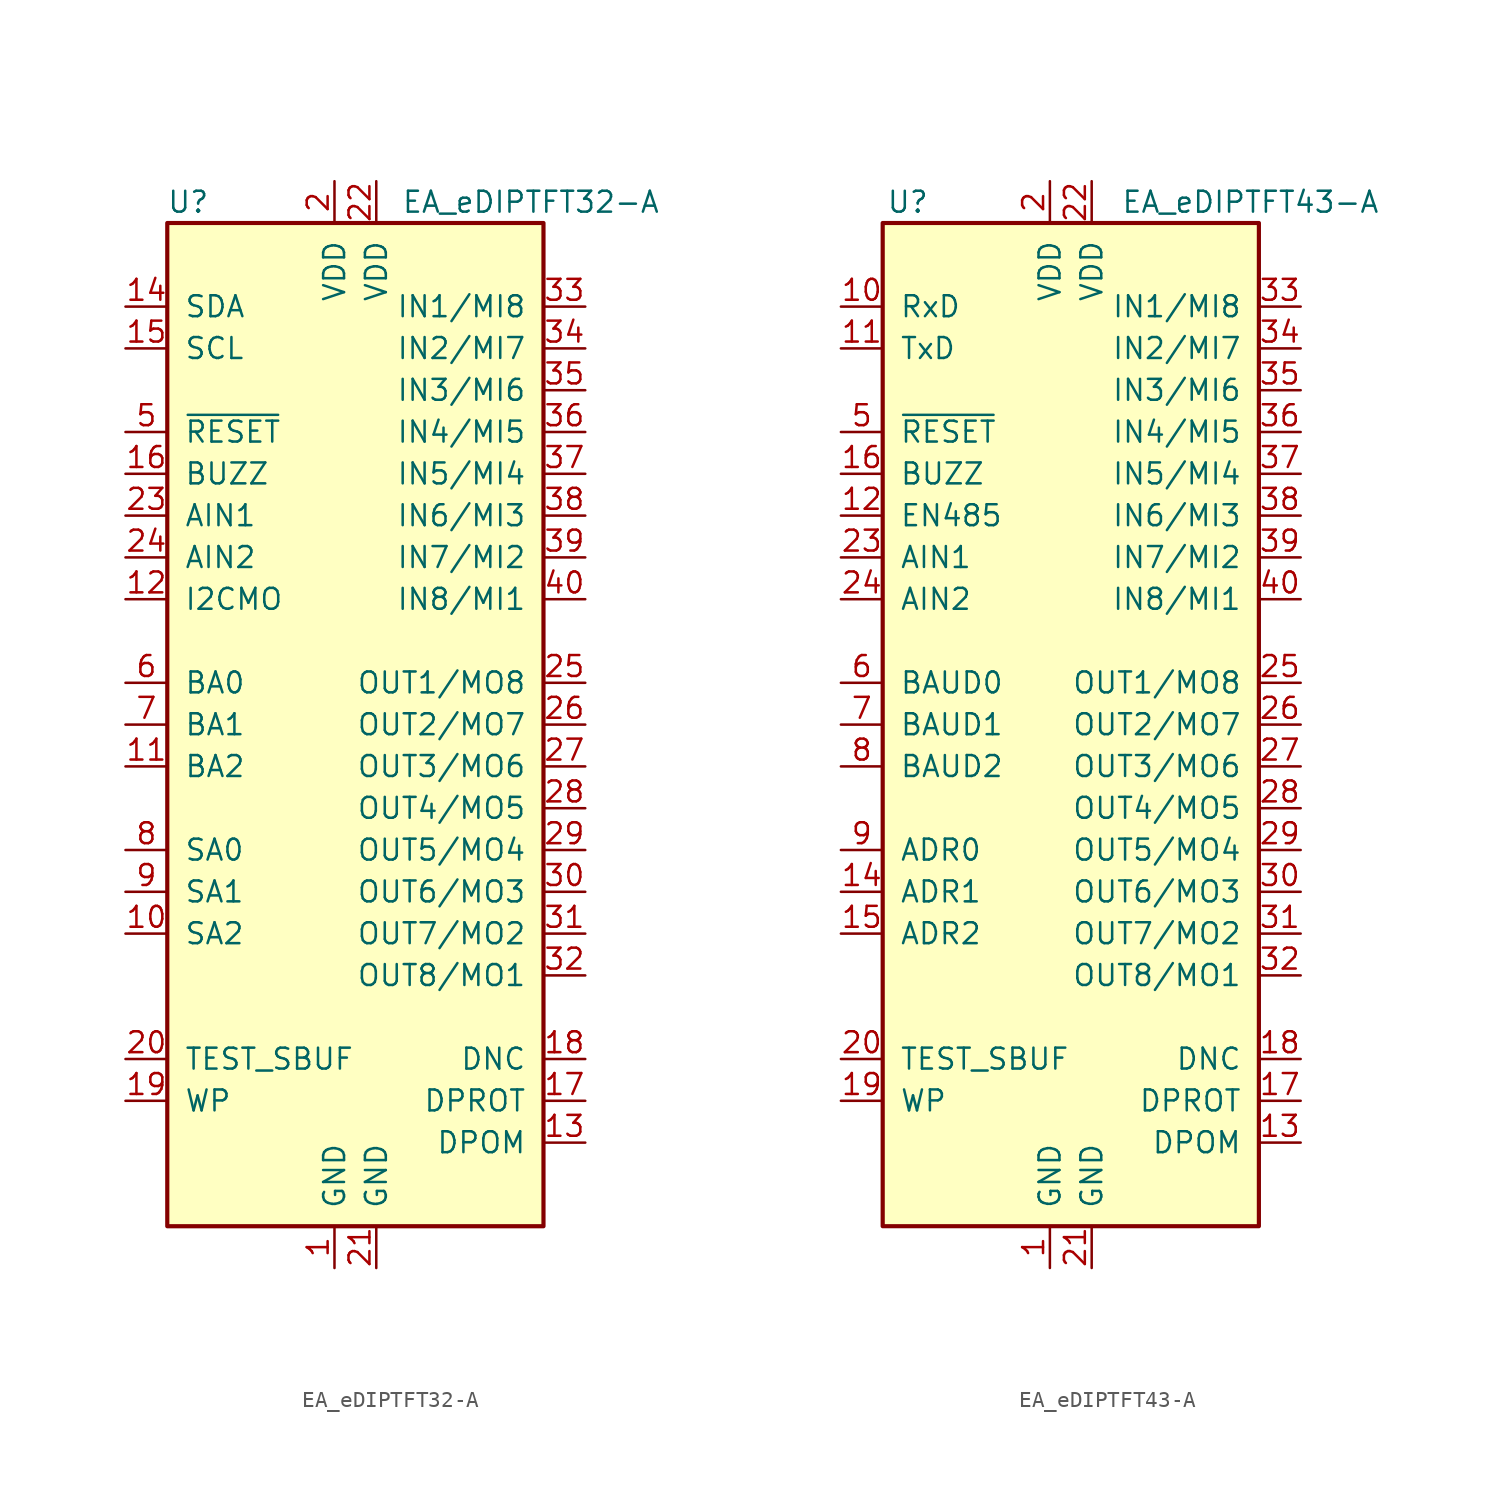
<source format=kicad_sym>
(kicad_symbol_lib
  (version 20241209)
  (generator "kicad_symbol_editor")
  (generator_version "9.0")
  (symbol "EA_eDIPTFT32-A"
    (pin_names
      (offset 1.016))
    (property "Reference" "U"
      (at -11.43 31.75 0)
      (effects (font (size 1.27 1.27))))
    (property "Value" "EA_eDIPTFT32-A"
      (at 1.524 31.75 0)
      (effects (font (size 1.27 1.27)) (justify left)))
    (symbol "EA_eDIPTFT32-A_0_1"
      (rectangle (start -12.7 30.48) (end 10.16 -30.48) (stroke (width 0.254) (type default)) (fill (type background))))
    (symbol "EA_eDIPTFT32-A_1_1"
      (pin bidirectional line (at -15.24 25.4 0) (length 2.54) (name "SDA" (effects (font (size 1.27 1.27)))) (number "14" (effects (font (size 1.27 1.27)))))
      (pin input line (at -15.24 22.86 0) (length 2.54) (name "SCL" (effects (font (size 1.27 1.27)))) (number "15" (effects (font (size 1.27 1.27)))))
      (pin input line (at -15.24 17.78 0) (length 2.54) (name "~{RESET}" (effects (font (size 1.27 1.27)))) (number "5" (effects (font (size 1.27 1.27)))))
      (pin output line (at -15.24 15.24 0) (length 2.54) (name "BUZZ" (effects (font (size 1.27 1.27)))) (number "16" (effects (font (size 1.27 1.27)))))
      (pin input line (at -15.24 12.7 0) (length 2.54) (name "AIN1" (effects (font (size 1.27 1.27)))) (number "23" (effects (font (size 1.27 1.27)))))
      (pin input line (at -15.24 10.16 0) (length 2.54) (name "AIN2" (effects (font (size 1.27 1.27)))) (number "24" (effects (font (size 1.27 1.27)))))
      (pin input line (at -15.24 7.62 0) (length 2.54) (name "I2CMO" (effects (font (size 1.27 1.27)))) (number "12" (effects (font (size 1.27 1.27)))))
      (pin input line (at -15.24 2.54 0) (length 2.54) (name "BA0" (effects (font (size 1.27 1.27)))) (number "6" (effects (font (size 1.27 1.27)))))
      (pin input line (at -15.24 0 0) (length 2.54) (name "BA1" (effects (font (size 1.27 1.27)))) (number "7" (effects (font (size 1.27 1.27)))))
      (pin input line (at -15.24 -2.54 0) (length 2.54) (name "BA2" (effects (font (size 1.27 1.27)))) (number "11" (effects (font (size 1.27 1.27)))))
      (pin input line (at -15.24 -7.62 0) (length 2.54) (name "SA0" (effects (font (size 1.27 1.27)))) (number "8" (effects (font (size 1.27 1.27)))))
      (pin input line (at -15.24 -10.16 0) (length 2.54) (name "SA1" (effects (font (size 1.27 1.27)))) (number "9" (effects (font (size 1.27 1.27)))))
      (pin input line (at -15.24 -12.7 0) (length 2.54) (name "SA2" (effects (font (size 1.27 1.27)))) (number "10" (effects (font (size 1.27 1.27)))))
      (pin bidirectional line (at -15.24 -20.32 0) (length 2.54) (name "TEST_SBUF" (effects (font (size 1.27 1.27)))) (number "20" (effects (font (size 1.27 1.27)))))
      (pin input line (at -15.24 -22.86 0) (length 2.54) (name "WP" (effects (font (size 1.27 1.27)))) (number "19" (effects (font (size 1.27 1.27)))))
      (pin no_connect line (at -12.7 -27.94 0) (length 2.54) (hide yes) (name "NC" (effects (font (size 1.27 1.27)))) (number "4" (effects (font (size 1.27 1.27)))))
      (pin power_in line (at -2.54 33.02 270) (length 2.54) (name "VDD" (effects (font (size 1.27 1.27)))) (number "2" (effects (font (size 1.27 1.27)))))
      (pin power_in line (at -2.54 -33.02 90) (length 2.54) (name "GND" (effects (font (size 1.27 1.27)))) (number "1" (effects (font (size 1.27 1.27)))))
      (pin power_in line (at 0 33.02 270) (length 2.54) (name "VDD" (effects (font (size 1.27 1.27)))) (number "22" (effects (font (size 1.27 1.27)))))
      (pin power_in line (at 0 -33.02 90) (length 2.54) (name "GND" (effects (font (size 1.27 1.27)))) (number "21" (effects (font (size 1.27 1.27)))))
      (pin no_connect line (at 10.16 -27.94 180) (length 2.54) (hide yes) (name "NC" (effects (font (size 1.27 1.27)))) (number "3" (effects (font (size 1.27 1.27)))))
      (pin input line (at 12.7 25.4 180) (length 2.54) (name "IN1/MI8" (effects (font (size 1.27 1.27)))) (number "33" (effects (font (size 1.27 1.27)))))
      (pin input line (at 12.7 22.86 180) (length 2.54) (name "IN2/MI7" (effects (font (size 1.27 1.27)))) (number "34" (effects (font (size 1.27 1.27)))))
      (pin input line (at 12.7 20.32 180) (length 2.54) (name "IN3/MI6" (effects (font (size 1.27 1.27)))) (number "35" (effects (font (size 1.27 1.27)))))
      (pin input line (at 12.7 17.78 180) (length 2.54) (name "IN4/MI5" (effects (font (size 1.27 1.27)))) (number "36" (effects (font (size 1.27 1.27)))))
      (pin input line (at 12.7 15.24 180) (length 2.54) (name "IN5/MI4" (effects (font (size 1.27 1.27)))) (number "37" (effects (font (size 1.27 1.27)))))
      (pin input line (at 12.7 12.7 180) (length 2.54) (name "IN6/MI3" (effects (font (size 1.27 1.27)))) (number "38" (effects (font (size 1.27 1.27)))))
      (pin input line (at 12.7 10.16 180) (length 2.54) (name "IN7/MI2" (effects (font (size 1.27 1.27)))) (number "39" (effects (font (size 1.27 1.27)))))
      (pin input line (at 12.7 7.62 180) (length 2.54) (name "IN8/MI1" (effects (font (size 1.27 1.27)))) (number "40" (effects (font (size 1.27 1.27)))))
      (pin output line (at 12.7 2.54 180) (length 2.54) (name "OUT1/MO8" (effects (font (size 1.27 1.27)))) (number "25" (effects (font (size 1.27 1.27)))))
      (pin output line (at 12.7 0 180) (length 2.54) (name "OUT2/MO7" (effects (font (size 1.27 1.27)))) (number "26" (effects (font (size 1.27 1.27)))))
      (pin output line (at 12.7 -2.54 180) (length 2.54) (name "OUT3/MO6" (effects (font (size 1.27 1.27)))) (number "27" (effects (font (size 1.27 1.27)))))
      (pin output line (at 12.7 -5.08 180) (length 2.54) (name "OUT4/MO5" (effects (font (size 1.27 1.27)))) (number "28" (effects (font (size 1.27 1.27)))))
      (pin output line (at 12.7 -7.62 180) (length 2.54) (name "OUT5/MO4" (effects (font (size 1.27 1.27)))) (number "29" (effects (font (size 1.27 1.27)))))
      (pin output line (at 12.7 -10.16 180) (length 2.54) (name "OUT6/MO3" (effects (font (size 1.27 1.27)))) (number "30" (effects (font (size 1.27 1.27)))))
      (pin output line (at 12.7 -12.7 180) (length 2.54) (name "OUT7/MO2" (effects (font (size 1.27 1.27)))) (number "31" (effects (font (size 1.27 1.27)))))
      (pin output line (at 12.7 -15.24 180) (length 2.54) (name "OUT8/MO1" (effects (font (size 1.27 1.27)))) (number "32" (effects (font (size 1.27 1.27)))))
      (pin output line (at 12.7 -20.32 180) (length 2.54) (name "DNC" (effects (font (size 1.27 1.27)))) (number "18" (effects (font (size 1.27 1.27)))))
      (pin input line (at 12.7 -22.86 180) (length 2.54) (name "DPROT" (effects (font (size 1.27 1.27)))) (number "17" (effects (font (size 1.27 1.27)))))
      (pin input line (at 12.7 -25.4 180) (length 2.54) (name "DPOM" (effects (font (size 1.27 1.27)))) (number "13" (effects (font (size 1.27 1.27)))))))
  (symbol "EA_eDIPTFT43-A"
    (pin_names
      (offset 1.016))
    (property "Reference" "U"
      (at -11.176 31.75 0)
      (effects (font (size 1.27 1.27))))
    (property "Value" "EA_eDIPTFT43-A"
      (at 1.778 31.75 0)
      (effects (font (size 1.27 1.27)) (justify left)))
    (symbol "EA_eDIPTFT43-A_0_1"
      (rectangle (start -12.7 30.48) (end 10.16 -30.48) (stroke (width 0.254) (type default)) (fill (type background))))
    (symbol "EA_eDIPTFT43-A_1_1"
      (pin input line (at -15.24 25.4 0) (length 2.54) (name "RxD" (effects (font (size 1.27 1.27)))) (number "10" (effects (font (size 1.27 1.27)))))
      (pin output line (at -15.24 22.86 0) (length 2.54) (name "TxD" (effects (font (size 1.27 1.27)))) (number "11" (effects (font (size 1.27 1.27)))))
      (pin input line (at -15.24 17.78 0) (length 2.54) (name "~{RESET}" (effects (font (size 1.27 1.27)))) (number "5" (effects (font (size 1.27 1.27)))))
      (pin output line (at -15.24 15.24 0) (length 2.54) (name "BUZZ" (effects (font (size 1.27 1.27)))) (number "16" (effects (font (size 1.27 1.27)))))
      (pin output line (at -15.24 12.7 0) (length 2.54) (name "EN485" (effects (font (size 1.27 1.27)))) (number "12" (effects (font (size 1.27 1.27)))))
      (pin input line (at -15.24 10.16 0) (length 2.54) (name "AIN1" (effects (font (size 1.27 1.27)))) (number "23" (effects (font (size 1.27 1.27)))))
      (pin input line (at -15.24 7.62 0) (length 2.54) (name "AIN2" (effects (font (size 1.27 1.27)))) (number "24" (effects (font (size 1.27 1.27)))))
      (pin input line (at -15.24 2.54 0) (length 2.54) (name "BAUD0" (effects (font (size 1.27 1.27)))) (number "6" (effects (font (size 1.27 1.27)))))
      (pin input line (at -15.24 0 0) (length 2.54) (name "BAUD1" (effects (font (size 1.27 1.27)))) (number "7" (effects (font (size 1.27 1.27)))))
      (pin input line (at -15.24 -2.54 0) (length 2.54) (name "BAUD2" (effects (font (size 1.27 1.27)))) (number "8" (effects (font (size 1.27 1.27)))))
      (pin input line (at -15.24 -7.62 0) (length 2.54) (name "ADR0" (effects (font (size 1.27 1.27)))) (number "9" (effects (font (size 1.27 1.27)))))
      (pin input line (at -15.24 -10.16 0) (length 2.54) (name "ADR1" (effects (font (size 1.27 1.27)))) (number "14" (effects (font (size 1.27 1.27)))))
      (pin input line (at -15.24 -12.7 0) (length 2.54) (name "ADR2" (effects (font (size 1.27 1.27)))) (number "15" (effects (font (size 1.27 1.27)))))
      (pin bidirectional line (at -15.24 -20.32 0) (length 2.54) (name "TEST_SBUF" (effects (font (size 1.27 1.27)))) (number "20" (effects (font (size 1.27 1.27)))))
      (pin input line (at -15.24 -22.86 0) (length 2.54) (name "WP" (effects (font (size 1.27 1.27)))) (number "19" (effects (font (size 1.27 1.27)))))
      (pin no_connect line (at -12.7 -27.94 0) (length 2.54) (hide yes) (name "NC" (effects (font (size 1.27 1.27)))) (number "4" (effects (font (size 1.27 1.27)))))
      (pin power_in line (at -2.54 33.02 270) (length 2.54) (name "VDD" (effects (font (size 1.27 1.27)))) (number "2" (effects (font (size 1.27 1.27)))))
      (pin power_in line (at -2.54 -33.02 90) (length 2.54) (name "GND" (effects (font (size 1.27 1.27)))) (number "1" (effects (font (size 1.27 1.27)))))
      (pin power_in line (at 0 33.02 270) (length 2.54) (name "VDD" (effects (font (size 1.27 1.27)))) (number "22" (effects (font (size 1.27 1.27)))))
      (pin power_in line (at 0 -33.02 90) (length 2.54) (name "GND" (effects (font (size 1.27 1.27)))) (number "21" (effects (font (size 1.27 1.27)))))
      (pin no_connect line (at 10.16 -27.94 180) (length 2.54) (hide yes) (name "NC" (effects (font (size 1.27 1.27)))) (number "3" (effects (font (size 1.27 1.27)))))
      (pin input line (at 12.7 25.4 180) (length 2.54) (name "IN1/MI8" (effects (font (size 1.27 1.27)))) (number "33" (effects (font (size 1.27 1.27)))))
      (pin input line (at 12.7 22.86 180) (length 2.54) (name "IN2/MI7" (effects (font (size 1.27 1.27)))) (number "34" (effects (font (size 1.27 1.27)))))
      (pin input line (at 12.7 20.32 180) (length 2.54) (name "IN3/MI6" (effects (font (size 1.27 1.27)))) (number "35" (effects (font (size 1.27 1.27)))))
      (pin input line (at 12.7 17.78 180) (length 2.54) (name "IN4/MI5" (effects (font (size 1.27 1.27)))) (number "36" (effects (font (size 1.27 1.27)))))
      (pin input line (at 12.7 15.24 180) (length 2.54) (name "IN5/MI4" (effects (font (size 1.27 1.27)))) (number "37" (effects (font (size 1.27 1.27)))))
      (pin input line (at 12.7 12.7 180) (length 2.54) (name "IN6/MI3" (effects (font (size 1.27 1.27)))) (number "38" (effects (font (size 1.27 1.27)))))
      (pin input line (at 12.7 10.16 180) (length 2.54) (name "IN7/MI2" (effects (font (size 1.27 1.27)))) (number "39" (effects (font (size 1.27 1.27)))))
      (pin input line (at 12.7 7.62 180) (length 2.54) (name "IN8/MI1" (effects (font (size 1.27 1.27)))) (number "40" (effects (font (size 1.27 1.27)))))
      (pin output line (at 12.7 2.54 180) (length 2.54) (name "OUT1/MO8" (effects (font (size 1.27 1.27)))) (number "25" (effects (font (size 1.27 1.27)))))
      (pin output line (at 12.7 0 180) (length 2.54) (name "OUT2/MO7" (effects (font (size 1.27 1.27)))) (number "26" (effects (font (size 1.27 1.27)))))
      (pin output line (at 12.7 -2.54 180) (length 2.54) (name "OUT3/MO6" (effects (font (size 1.27 1.27)))) (number "27" (effects (font (size 1.27 1.27)))))
      (pin output line (at 12.7 -5.08 180) (length 2.54) (name "OUT4/MO5" (effects (font (size 1.27 1.27)))) (number "28" (effects (font (size 1.27 1.27)))))
      (pin output line (at 12.7 -7.62 180) (length 2.54) (name "OUT5/MO4" (effects (font (size 1.27 1.27)))) (number "29" (effects (font (size 1.27 1.27)))))
      (pin output line (at 12.7 -10.16 180) (length 2.54) (name "OUT6/MO3" (effects (font (size 1.27 1.27)))) (number "30" (effects (font (size 1.27 1.27)))))
      (pin output line (at 12.7 -12.7 180) (length 2.54) (name "OUT7/MO2" (effects (font (size 1.27 1.27)))) (number "31" (effects (font (size 1.27 1.27)))))
      (pin output line (at 12.7 -15.24 180) (length 2.54) (name "OUT8/MO1" (effects (font (size 1.27 1.27)))) (number "32" (effects (font (size 1.27 1.27)))))
      (pin output line (at 12.7 -20.32 180) (length 2.54) (name "DNC" (effects (font (size 1.27 1.27)))) (number "18" (effects (font (size 1.27 1.27)))))
      (pin input line (at 12.7 -22.86 180) (length 2.54) (name "DPROT" (effects (font (size 1.27 1.27)))) (number "17" (effects (font (size 1.27 1.27)))))
      (pin input line (at 12.7 -25.4 180) (length 2.54) (name "DPOM" (effects (font (size 1.27 1.27)))) (number "13" (effects (font (size 1.27 1.27))))))))
</source>
